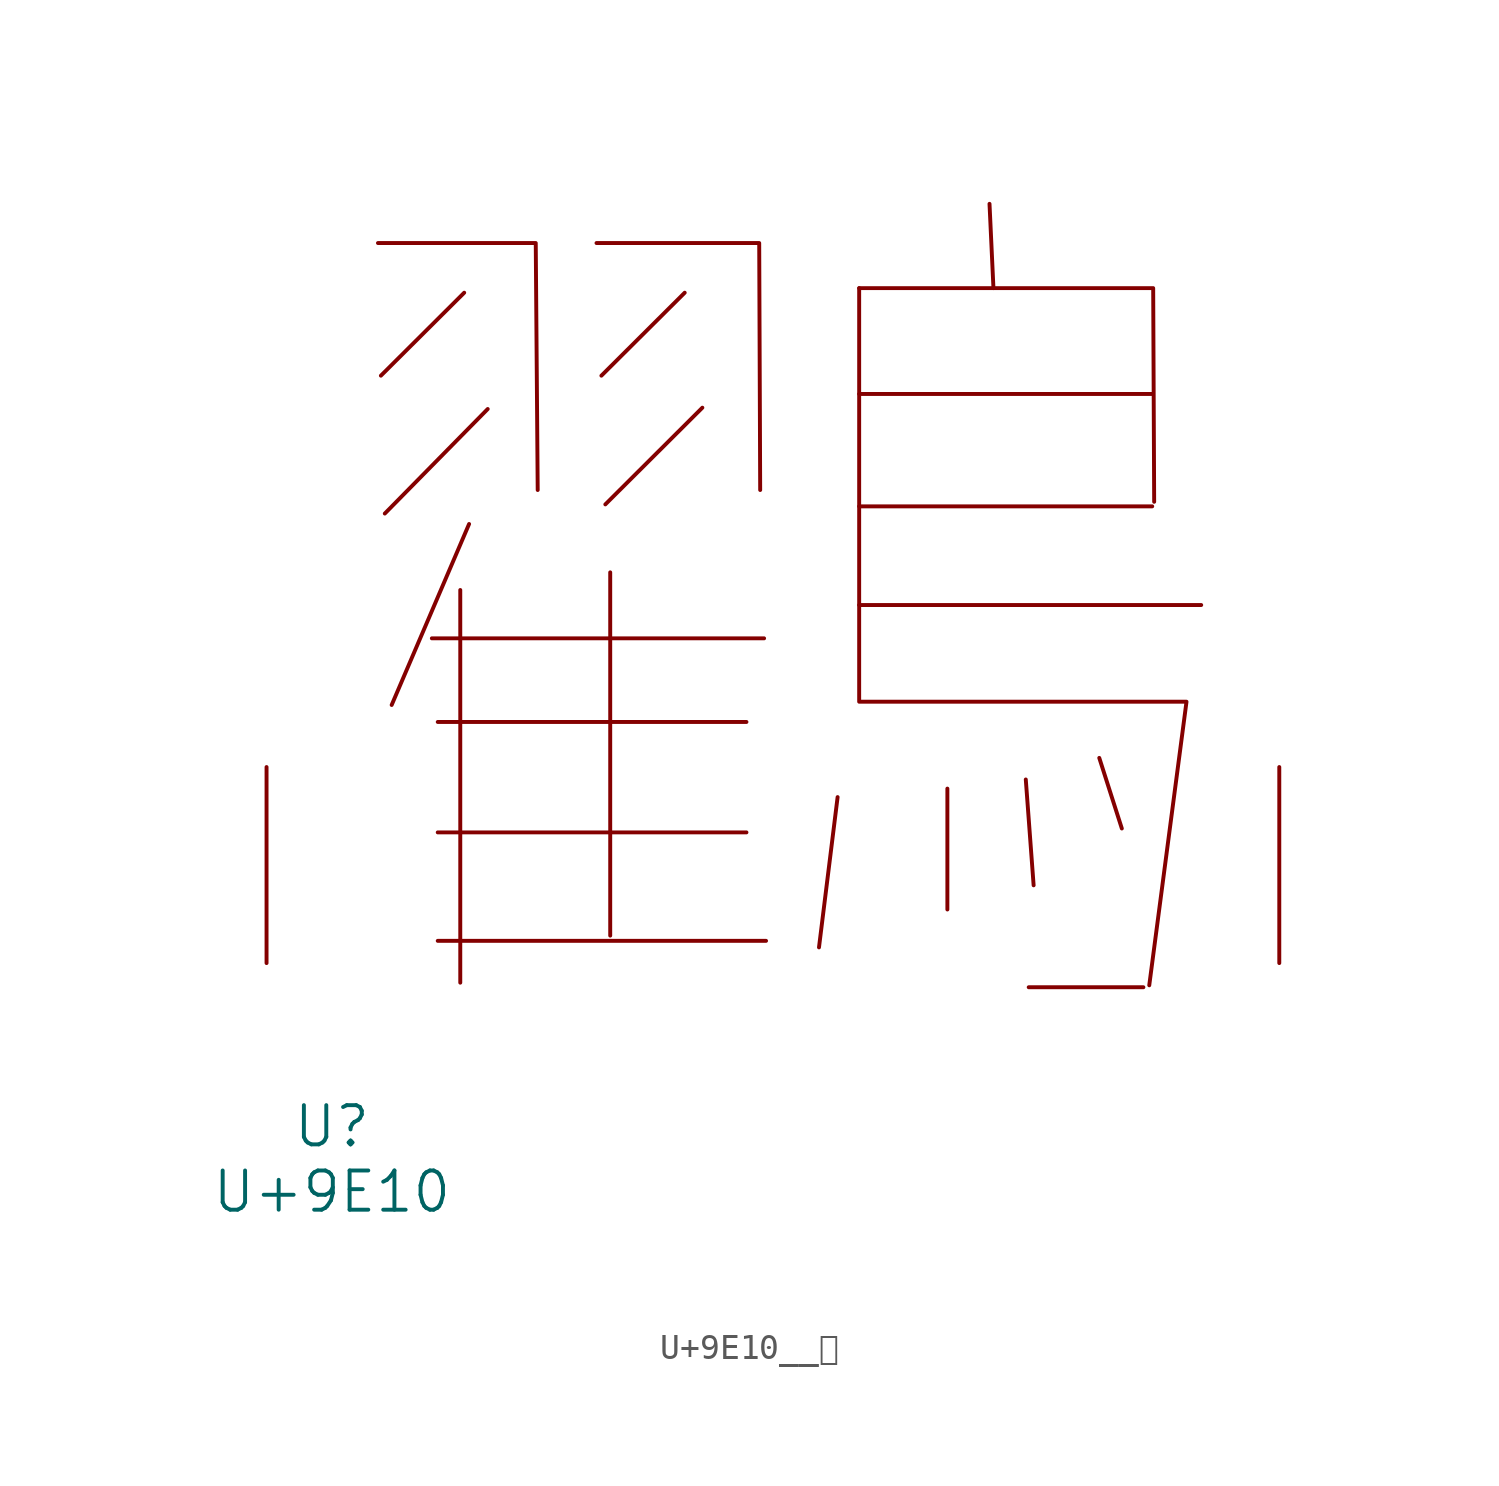
<source format=kicad_sym>
(kicad_symbol_lib
  (version 20231120)
  (generator "kicad_symbol_editor")
  (generator_version "8.0")
  (symbol "U+9E10__鸐"
    (pin_names
      (offset 1.016))
    (property "Reference" "U"
      (at 0 -6.35 0)
      (effects (font (size 1.524 1.524))))
    (property "Value" "U+9E10"
      (at 0 -8.89 0)
      (effects (font (size 1.524 1.524))))
    (symbol "U+9E10__鸐_0_1"
      (polyline (pts (xy 3.886 12.624) (xy 16.802 12.624)) (stroke (width 0) (type solid)) (fill (type none)))
      (polyline (pts (xy 4.115 0.864) (xy 16.878 0.864)) (stroke (width 0) (type solid)) (fill (type none)))
      (polyline (pts (xy 4.115 5.08) (xy 16.116 5.08)) (stroke (width 0) (type solid)) (fill (type none)))
      (polyline (pts (xy 4.115 9.373) (xy 16.116 9.373)) (stroke (width 0) (type solid)) (fill (type none)))
      (polyline (pts (xy 4.991 14.503) (xy 4.991 -0.762)) (stroke (width 0) (type solid)) (fill (type none)))
      (polyline (pts (xy 5.144 26.06) (xy 1.905 22.835)) (stroke (width 0) (type solid)) (fill (type none)))
      (polyline (pts (xy 5.334 17.069) (xy 2.324 10.033)) (stroke (width 0) (type solid)) (fill (type none)))
      (polyline (pts (xy 6.058 21.539) (xy 2.057 17.475)) (stroke (width 0) (type solid)) (fill (type none)))
      (polyline (pts (xy 10.82 15.189) (xy 10.82 1.067)) (stroke (width 0) (type solid)) (fill (type none)))
      (polyline (pts (xy 13.716 26.06) (xy 10.477 22.835)) (stroke (width 0) (type solid)) (fill (type none)))
      (polyline (pts (xy 14.402 21.59) (xy 10.63 17.831)) (stroke (width 0) (type solid)) (fill (type none)))
      (polyline (pts (xy 19.66 6.452) (xy 18.936 0.61)) (stroke (width 0) (type solid)) (fill (type none)))
      (polyline (pts (xy 20.498 13.919) (xy 33.795 13.919)) (stroke (width 0) (type solid)) (fill (type none)))
      (polyline (pts (xy 20.498 17.755) (xy 31.89 17.755)) (stroke (width 0) (type solid)) (fill (type none)))
      (polyline (pts (xy 20.498 22.123) (xy 31.89 22.123)) (stroke (width 0) (type solid)) (fill (type none)))
      (polyline (pts (xy 23.927 6.782) (xy 23.927 2.083)) (stroke (width 0) (type solid)) (fill (type none)))
      (polyline (pts (xy 25.565 29.515) (xy 25.718 26.238)) (stroke (width 0) (type solid)) (fill (type none)))
      (polyline (pts (xy 26.975 7.137) (xy 27.28 3.023)) (stroke (width 0) (type solid)) (fill (type none)))
      (polyline (pts (xy 27.089 -0.94) (xy 31.547 -0.94)) (stroke (width 0) (type solid)) (fill (type none)))
      (polyline (pts (xy 29.832 7.976) (xy 30.709 5.232)) (stroke (width 0) (type solid)) (fill (type none)))
      (polyline (pts (xy 1.791 27.991) (xy 7.925 27.991) (xy 8.001 18.39)) (stroke (width 0) (type solid)) (fill (type none)))
      (polyline (pts (xy 10.287 27.991) (xy 16.612 27.991) (xy 16.65 18.39)) (stroke (width 0) (type solid)) (fill (type none)))
      (polyline (pts (xy 20.498 26.238) (xy 31.928 26.238) (xy 31.966 17.932)) (stroke (width 0) (type solid)) (fill (type none)))
      (polyline (pts (xy 20.498 26.238) (xy 20.498 10.16) (xy 33.223 10.16) (xy 31.775 -0.864)) (stroke (width 0) (type solid)) (fill (type none)))
      (pin input line (at -2.54 0 90) (length 7.62) (name "~" (effects (font (size 1.27 1.27)))) (number "~" (effects (font (size 1.27 1.27)))))
      (pin input line (at 36.83 0 90) (length 7.62) (name "~" (effects (font (size 1.27 1.27)))) (number "~" (effects (font (size 1.27 1.27))))))))
</source>
